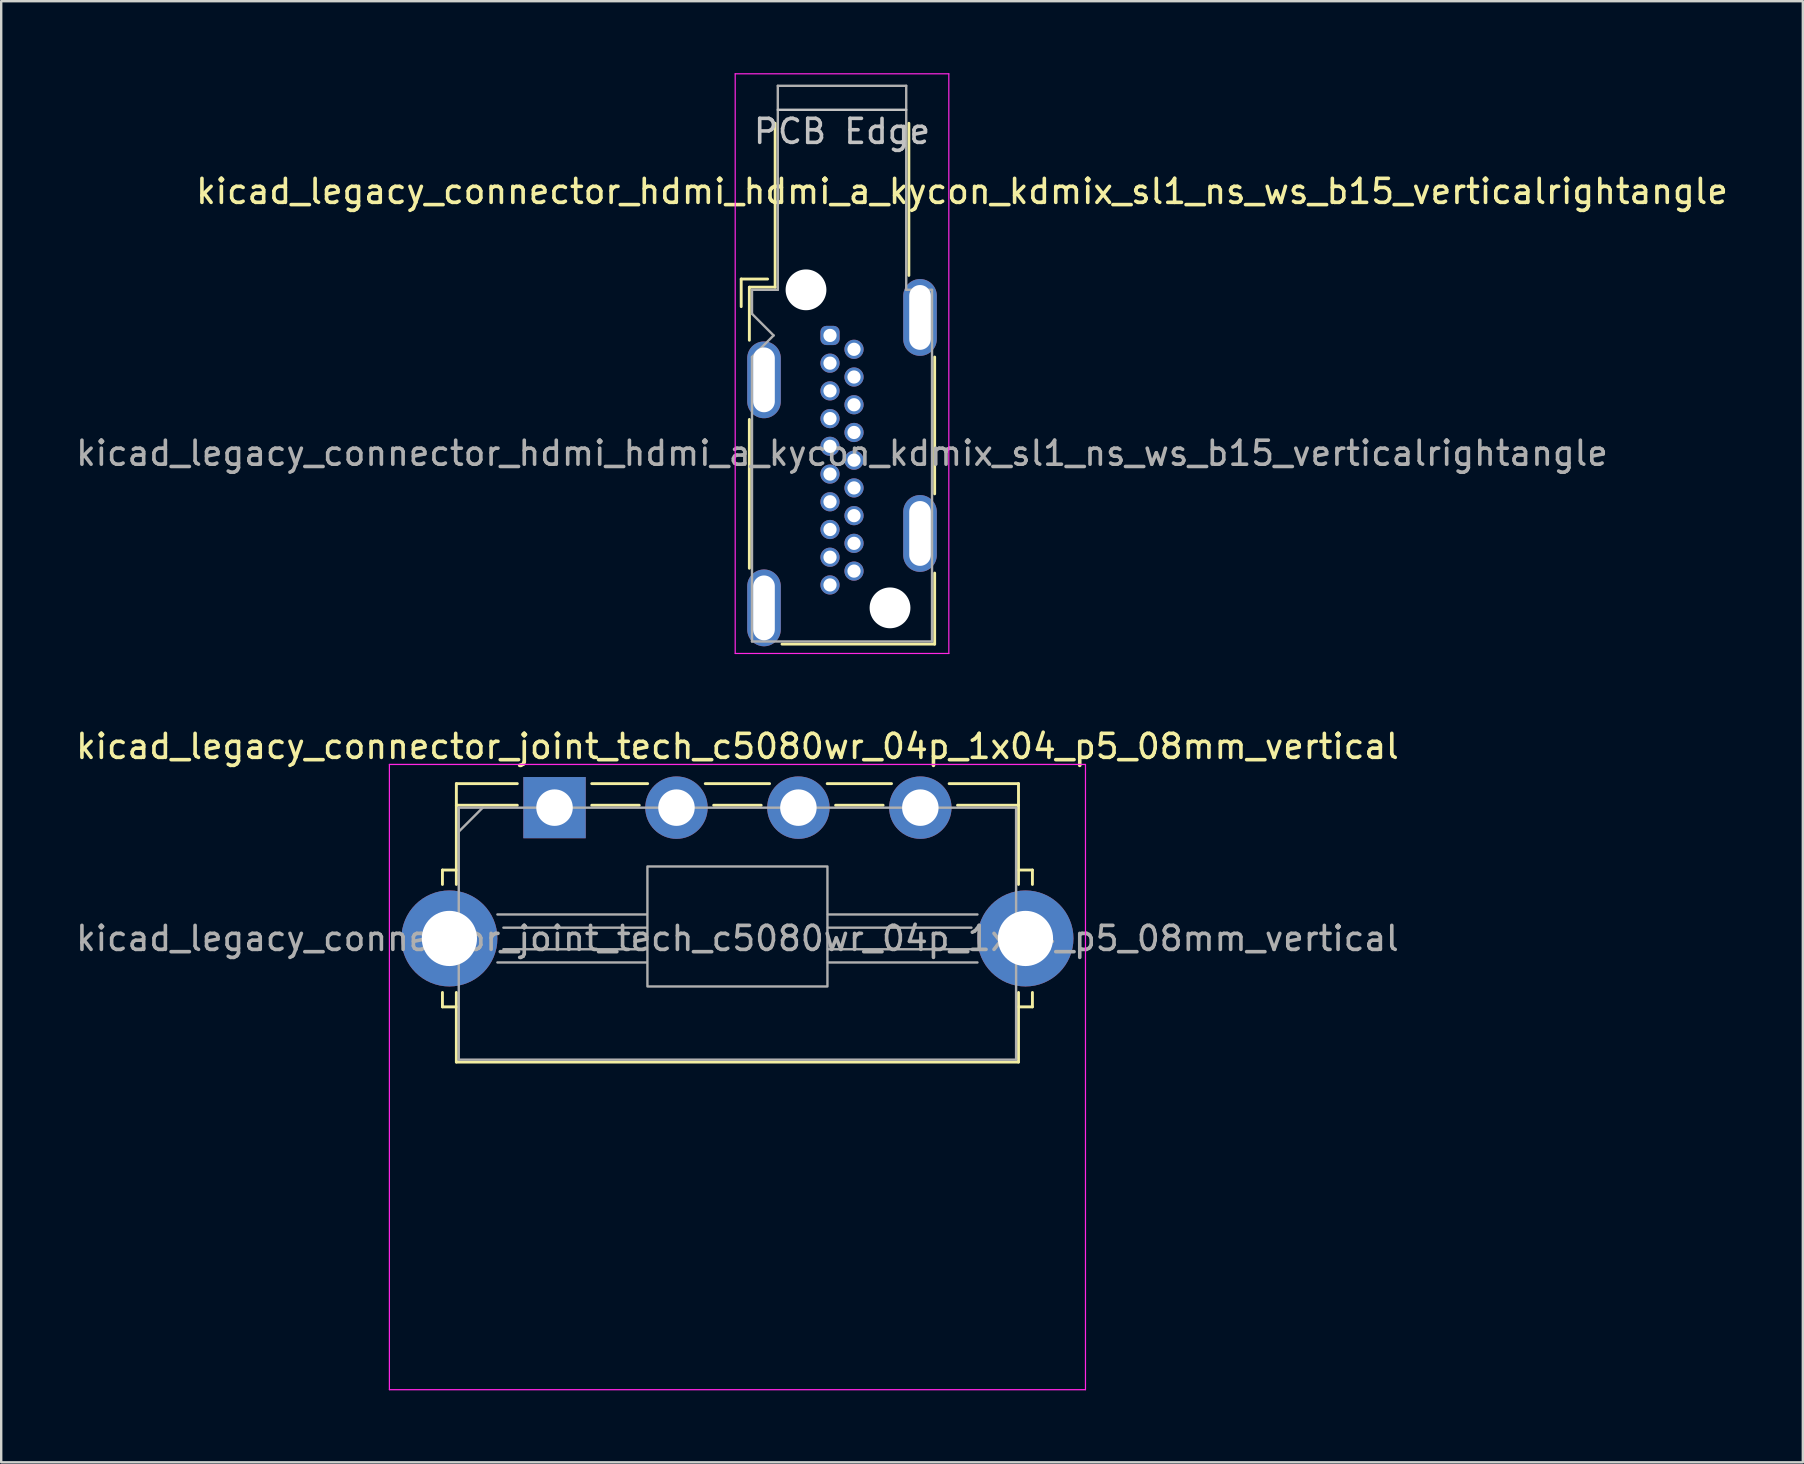
<source format=kicad_pcb>
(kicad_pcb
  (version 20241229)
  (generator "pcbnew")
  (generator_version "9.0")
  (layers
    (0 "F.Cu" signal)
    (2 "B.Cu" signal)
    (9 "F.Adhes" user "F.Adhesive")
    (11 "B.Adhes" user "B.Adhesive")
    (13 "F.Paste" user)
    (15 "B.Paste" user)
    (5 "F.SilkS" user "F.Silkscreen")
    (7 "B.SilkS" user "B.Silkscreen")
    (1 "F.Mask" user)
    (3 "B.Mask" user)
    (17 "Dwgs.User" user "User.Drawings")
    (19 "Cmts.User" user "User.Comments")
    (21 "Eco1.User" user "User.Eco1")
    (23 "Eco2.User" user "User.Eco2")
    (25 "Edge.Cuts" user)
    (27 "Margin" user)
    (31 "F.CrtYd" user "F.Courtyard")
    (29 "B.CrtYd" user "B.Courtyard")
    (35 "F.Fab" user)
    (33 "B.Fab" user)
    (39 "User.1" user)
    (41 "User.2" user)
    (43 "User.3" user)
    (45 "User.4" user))
  (footprint "kicad_legacy_connector_joint_tech_c5080wr_04p_1x04_p5_08mm_vertical"
    (layer "F.Cu")
    (at 20.053 30.598)
    (property "Reference" "kicad_legacy_connector_joint_tech_c5080wr_04p_1x04_p5_08mm_vertical" (at 7.62 -2.55 180) (layer "F.SilkS") (effects (font (size 1 1) (thickness 0.15))))
    (attr through_hole)
    (fp_line (start -4.67 2.6) (end -4.67 3.2) (stroke (width 0.12) (type solid)) (layer "F.SilkS"))
    (fp_line (start -4.67 2.6) (end -4.09 2.6) (stroke (width 0.12) (type solid)) (layer "F.SilkS"))
    (fp_line (start -4.67 8.3) (end -4.67 7.7) (stroke (width 0.12) (type solid)) (layer "F.SilkS"))
    (fp_line (start -4.67 8.3) (end -4.09 8.3) (stroke (width 0.12) (type solid)) (layer "F.SilkS"))
    (fp_line (start -4.09 -1) (end -4.09 3.2) (stroke (width 0.12) (type solid)) (layer "F.SilkS"))
    (fp_line (start -4.09 10.6) (end -4.09 7.7) (stroke (width 0.12) (type solid)) (layer "F.SilkS"))
    (fp_line (start -1.55 -1) (end -4.09 -1) (stroke (width 0.12) (type solid)) (layer "F.SilkS"))
    (fp_line (start -1.55 -0.1) (end -4.09 -0.1) (stroke (width 0.12) (type solid)) (layer "F.SilkS"))
    (fp_line (start 1.55 -1) (end 3.88 -1) (stroke (width 0.12) (type solid)) (layer "F.SilkS"))
    (fp_line (start 3.53 -0.1) (end 1.55 -0.1) (stroke (width 0.12) (type solid)) (layer "F.SilkS"))
    (fp_line (start 6.28 -1) (end 8.96 -1) (stroke (width 0.12) (type solid)) (layer "F.SilkS"))
    (fp_line (start 8.61 -0.1) (end 6.63 -0.1) (stroke (width 0.12) (type solid)) (layer "F.SilkS"))
    (fp_line (start 11.36 -1) (end 14.04 -1) (stroke (width 0.12) (type solid)) (layer "F.SilkS"))
    (fp_line (start 13.69 -0.1) (end 11.71 -0.1) (stroke (width 0.12) (type solid)) (layer "F.SilkS"))
    (fp_line (start 19.33 -1) (end 16.44 -1) (stroke (width 0.12) (type solid)) (layer "F.SilkS"))
    (fp_line (start 19.33 -1) (end 19.33 3.2) (stroke (width 0.12) (type solid)) (layer "F.SilkS"))
    (fp_line (start 19.33 -0.1) (end 16.79 -0.1) (stroke (width 0.12) (type solid)) (layer "F.SilkS"))
    (fp_line (start 19.33 10.6) (end -4.09 10.6) (stroke (width 0.12) (type solid)) (layer "F.SilkS"))
    (fp_line (start 19.33 10.6) (end 19.33 7.7) (stroke (width 0.12) (type solid)) (layer "F.SilkS"))
    (fp_line (start 19.91 2.6) (end 19.33 2.6) (stroke (width 0.12) (type solid)) (layer "F.SilkS"))
    (fp_line (start 19.91 2.6) (end 19.91 3.2) (stroke (width 0.12) (type solid)) (layer "F.SilkS"))
    (fp_line (start 19.91 8.3) (end 19.33 8.3) (stroke (width 0.12) (type solid)) (layer "F.SilkS"))
    (fp_line (start 19.91 8.3) (end 19.91 7.7) (stroke (width 0.12) (type solid)) (layer "F.SilkS"))
    (fp_line (start -6.88 -1.8) (end -6.88 24.25) (stroke (width 0.05) (type solid)) (layer "F.CrtYd"))
    (fp_line (start -6.88 24.25) (end 22.12 24.25) (stroke (width 0.05) (type solid)) (layer "F.CrtYd"))
    (fp_line (start 22.12 -1.8) (end -6.88 -1.8) (stroke (width 0.05) (type solid)) (layer "F.CrtYd"))
    (fp_line (start 22.12 24.25) (end 22.12 -1.8) (stroke (width 0.05) (type solid)) (layer "F.CrtYd"))
    (fp_line (start -3.99 0) (end -3.99 10.5) (stroke (width 0.1) (type solid)) (layer "F.Fab"))
    (fp_line (start -3.99 10.5) (end 19.23 10.5) (stroke (width 0.1) (type solid)) (layer "F.Fab"))
    (fp_line (start -2.99 0) (end -3.99 1) (stroke (width 0.1) (type default)) (layer "F.Fab"))
    (fp_line (start -2.38 6.45) (end 3.84 6.45) (stroke (width 0.1) (type solid)) (layer "F.Fab"))
    (fp_line (start -2.13 5) (end 3.84 5) (stroke (width 0.1) (type solid)) (layer "F.Fab"))
    (fp_line (start 3.84 4.45) (end -2.38 4.45) (stroke (width 0.1) (type solid)) (layer "F.Fab"))
    (fp_line (start 3.84 5.9) (end -2.13 5.9) (stroke (width 0.1) (type solid)) (layer "F.Fab"))
    (fp_line (start 11.39 4.45) (end 17.62 4.45) (stroke (width 0.1) (type solid)) (layer "F.Fab"))
    (fp_line (start 11.39 5.9) (end 17.37 5.9) (stroke (width 0.1) (type solid)) (layer "F.Fab"))
    (fp_line (start 17.37 5) (end 11.39 5) (stroke (width 0.1) (type solid)) (layer "F.Fab"))
    (fp_line (start 17.62 6.45) (end 11.39 6.45) (stroke (width 0.1) (type solid)) (layer "F.Fab"))
    (fp_line (start 19.23 0) (end -3.99 0) (stroke (width 0.1) (type solid)) (layer "F.Fab"))
    (fp_line (start 19.23 10.5) (end 19.23 0) (stroke (width 0.1) (type solid)) (layer "F.Fab"))
    (fp_rect (start 3.87 2.45) (end 11.37 7.45) (stroke (width 0.1) (type default)) (fill no) (layer "F.Fab"))
    (fp_text user "${REFERENCE}" (at 7.62 5.45 180) (layer "F.Fab") (effects (font (size 1 1) (thickness 0.15))))
    (pad "1" thru_hole rect (at 0 0 180) (size 2.6 2.55) (drill 1.52) (layers "*.Cu" "*.Mask"))
    (pad "2" thru_hole circle (at 5.08 0 180) (size 2.6 2.6) (drill 1.52) (layers "*.Cu" "*.Mask"))
    (pad "3" thru_hole circle (at 10.16 0 180) (size 2.6 2.6) (drill 1.52) (layers "*.Cu" "*.Mask"))
    (pad "4" thru_hole circle (at 15.24 0 180) (size 2.6 2.6) (drill 1.52) (layers "*.Cu" "*.Mask"))
    (pad "5" thru_hole circle (at -4.38 5.45 180) (size 4 4) (drill 2.3) (layers "*.Cu" "*.Mask"))
    (pad "5" thru_hole circle (at 19.62 5.45 180) (size 4 4) (drill 2.3) (layers "*.Cu" "*.Mask")))
  (footprint "kicad_legacy_connector_hdmi_hdmi_a_kycon_kdmix_sl1_ns_ws_b15_verticalrightangle"
    (layer "F.Cu")
    (at 31.53 10.925)
    (property "Reference" "kicad_legacy_connector_hdmi_hdmi_a_kycon_kdmix_sl1_ns_ws_b15_verticalrightangle" (at 5.5 -6 180) (layer "F.SilkS") (effects (font (size 1 1) (thickness 0.15))))
    (attr through_hole)
    (fp_line (start -3.7 -2.35) (end -3.7 -1.2) (stroke (width 0.12) (type default)) (layer "F.SilkS"))
    (fp_line (start -3.7 -2.35) (end -2.6 -2.35) (stroke (width 0.12) (type default)) (layer "F.SilkS"))
    (fp_line (start -3.36 -2.01) (end -3.36 0.2) (stroke (width 0.12) (type solid)) (layer "F.SilkS"))
    (fp_line (start -3.36 9.7) (end -3.36 3.5) (stroke (width 0.12) (type solid)) (layer "F.SilkS"))
    (fp_line (start -2.285 -8.84) (end -2.285 -2.01) (stroke (width 0.12) (type solid)) (layer "F.SilkS"))
    (fp_line (start -2.285 -2.01) (end -3.36 -2.01) (stroke (width 0.12) (type solid)) (layer "F.SilkS"))
    (fp_line (start 3.285 -8.84) (end 3.285 -2.5) (stroke (width 0.12) (type solid)) (layer "F.SilkS"))
    (fp_line (start 4.36 6.6) (end 4.36 0.9) (stroke (width 0.12) (type solid)) (layer "F.SilkS"))
    (fp_line (start 4.36 12.86) (end -2 12.86) (stroke (width 0.12) (type solid)) (layer "F.SilkS"))
    (fp_line (start 4.36 12.86) (end 4.36 9.9) (stroke (width 0.12) (type solid)) (layer "F.SilkS"))
    (fp_line (start 3.175 -9.4) (end -2.175 -9.4) (stroke (width 0.1) (type solid)) (layer "Dwgs.User"))
    (fp_line (start -3.95 13.25) (end -3.95 -10.9) (stroke (width 0.05) (type solid)) (layer "F.CrtYd"))
    (fp_line (start 4.95 -10.9) (end -3.95 -10.9) (stroke (width 0.05) (type solid)) (layer "F.CrtYd"))
    (fp_line (start 4.95 -10.9) (end 4.95 13.25) (stroke (width 0.05) (type solid)) (layer "F.CrtYd"))
    (fp_line (start 4.95 13.25) (end -3.95 13.25) (stroke (width 0.05) (type solid)) (layer "F.CrtYd"))
    (fp_line (start -3.25 -0.9) (end -3.25 -1.9) (stroke (width 0.1) (type default)) (layer "F.Fab"))
    (fp_line (start -3.25 -0.9) (end -2.35 0) (stroke (width 0.1) (type default)) (layer "F.Fab"))
    (fp_line (start -3.25 0.9) (end -3.25 12.75) (stroke (width 0.1) (type solid)) (layer "F.Fab"))
    (fp_line (start -2.35 0) (end -3.25 0.9) (stroke (width 0.1) (type default)) (layer "F.Fab"))
    (fp_line (start -2.175 -10.4) (end -2.175 -1.9) (stroke (width 0.1) (type solid)) (layer "F.Fab"))
    (fp_line (start -2.175 -1.9) (end -3.25 -1.9) (stroke (width 0.1) (type solid)) (layer "F.Fab"))
    (fp_line (start 3.175 -10.4) (end -2.175 -10.4) (stroke (width 0.1) (type solid)) (layer "F.Fab"))
    (fp_line (start 3.175 -1.9) (end 3.175 -10.4) (stroke (width 0.1) (type solid)) (layer "F.Fab"))
    (fp_line (start 3.175 -1.9) (end 4.25 -1.9) (stroke (width 0.1) (type solid)) (layer "F.Fab"))
    (fp_line (start 4.25 12.75) (end -3.25 12.75) (stroke (width 0.1) (type solid)) (layer "F.Fab"))
    (fp_line (start 4.25 12.75) (end 4.25 -1.9) (stroke (width 0.1) (type solid)) (layer "F.Fab"))
    (fp_text user "PCB Edge" (at 0.5 -8.5 180) (layer "Dwgs.User") (effects (font (size 1 1) (thickness 0.15))))
    (fp_text user "${REFERENCE}" (at 0.5 4.909 180) (layer "F.Fab") (effects (font (size 1 1) (thickness 0.15))))
    (pad "" np_thru_hole circle (at -1 -1.9 180) (size 1.7 1.7) (drill 1.7) (layers "*.Cu" "*.Mask"))
    (pad "" np_thru_hole circle (at 2.5 11.35 180) (size 1.7 1.7) (drill 1.7) (layers "*.Cu" "*.Mask"))
    (pad "1" thru_hole roundrect (at 0 0 180) (size 0.8 0.8) (drill 0.55) (layers "*.Cu" "*.Mask") (roundrect_rratio 0.312))
    (pad "2" thru_hole circle (at 1 0.578 180) (size 0.8 0.8) (drill 0.55) (layers "*.Cu" "*.Mask"))
    (pad "3" thru_hole circle (at 0 1.155 180) (size 0.8 0.8) (drill 0.55) (layers "*.Cu" "*.Mask"))
    (pad "4" thru_hole circle (at 1 1.732 180) (size 0.8 0.8) (drill 0.55) (layers "*.Cu" "*.Mask"))
    (pad "5" thru_hole circle (at 0 2.31 180) (size 0.8 0.8) (drill 0.55) (layers "*.Cu" "*.Mask"))
    (pad "6" thru_hole circle (at 1 2.888 180) (size 0.8 0.8) (drill 0.55) (layers "*.Cu" "*.Mask"))
    (pad "7" thru_hole circle (at 0 3.465 180) (size 0.8 0.8) (drill 0.55) (layers "*.Cu" "*.Mask"))
    (pad "8" thru_hole circle (at 1 4.043 180) (size 0.8 0.8) (drill 0.55) (layers "*.Cu" "*.Mask"))
    (pad "9" thru_hole circle (at 0 4.62 180) (size 0.8 0.8) (drill 0.55) (layers "*.Cu" "*.Mask"))
    (pad "10" thru_hole circle (at 1 5.197 180) (size 0.8 0.8) (drill 0.55) (layers "*.Cu" "*.Mask"))
    (pad "11" thru_hole circle (at 0 5.775 180) (size 0.8 0.8) (drill 0.55) (layers "*.Cu" "*.Mask"))
    (pad "12" thru_hole circle (at 1 6.353 180) (size 0.8 0.8) (drill 0.55) (layers "*.Cu" "*.Mask"))
    (pad "13" thru_hole circle (at 0 6.93 180) (size 0.8 0.8) (drill 0.55) (layers "*.Cu" "*.Mask"))
    (pad "14" thru_hole circle (at 1 7.508 180) (size 0.8 0.8) (drill 0.55) (layers "*.Cu" "*.Mask"))
    (pad "15" thru_hole circle (at 0 8.085 180) (size 0.8 0.8) (drill 0.55) (layers "*.Cu" "*.Mask"))
    (pad "16" thru_hole circle (at 1 8.662 180) (size 0.8 0.8) (drill 0.55) (layers "*.Cu" "*.Mask"))
    (pad "17" thru_hole circle (at 0 9.24 180) (size 0.8 0.8) (drill 0.55) (layers "*.Cu" "*.Mask"))
    (pad "18" thru_hole circle (at 1 9.818 180) (size 0.8 0.8) (drill 0.55) (layers "*.Cu" "*.Mask"))
    (pad "19" thru_hole circle (at 0 10.395 180) (size 0.8 0.8) (drill 0.55) (layers "*.Cu" "*.Mask"))
    (pad "SH" thru_hole oval (at -2.75 1.85 180) (size 1.4 3.2) (drill oval 0.9 2.7) (layers "*.Cu" "*.Mask"))
    (pad "SH" thru_hole oval (at -2.75 11.35 180) (size 1.4 3.2) (drill oval 0.9 2.7) (layers "*.Cu" "*.Mask"))
    (pad "SH" thru_hole oval (at 3.75 -0.75 180) (size 1.4 3.2) (drill oval 0.9 2.7) (layers "*.Cu" "*.Mask"))
    (pad "SH" thru_hole oval (at 3.75 8.25 180) (size 1.4 3.2) (drill oval 0.9 2.7) (layers "*.Cu" "*.Mask")))
  (gr_rect
    (start -3 -3)
    (end 72.06 57.873)
    (stroke (width 0.1) (type default))
    (fill no)
    (layer "Edge.Cuts")))
</source>
